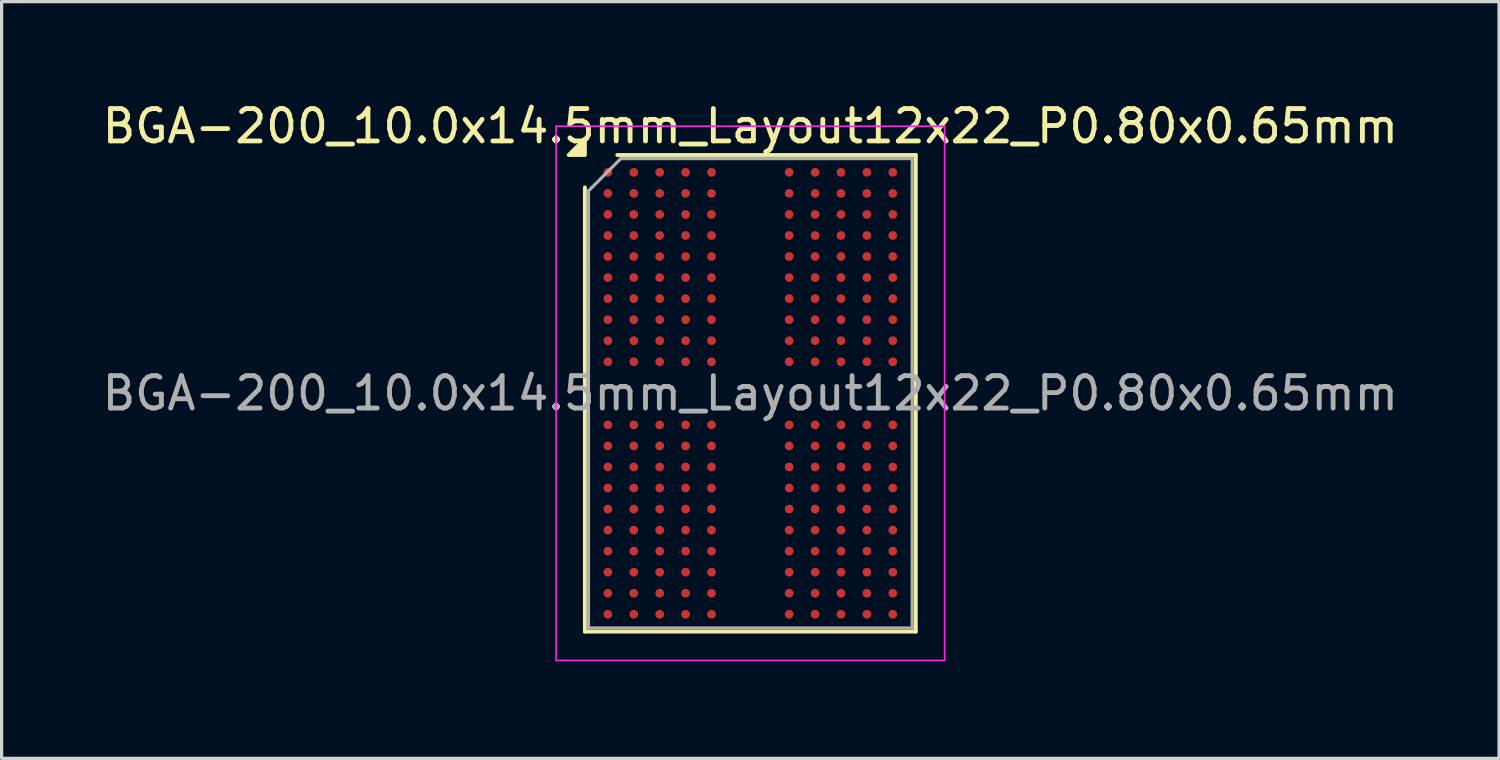
<source format=kicad_pcb>
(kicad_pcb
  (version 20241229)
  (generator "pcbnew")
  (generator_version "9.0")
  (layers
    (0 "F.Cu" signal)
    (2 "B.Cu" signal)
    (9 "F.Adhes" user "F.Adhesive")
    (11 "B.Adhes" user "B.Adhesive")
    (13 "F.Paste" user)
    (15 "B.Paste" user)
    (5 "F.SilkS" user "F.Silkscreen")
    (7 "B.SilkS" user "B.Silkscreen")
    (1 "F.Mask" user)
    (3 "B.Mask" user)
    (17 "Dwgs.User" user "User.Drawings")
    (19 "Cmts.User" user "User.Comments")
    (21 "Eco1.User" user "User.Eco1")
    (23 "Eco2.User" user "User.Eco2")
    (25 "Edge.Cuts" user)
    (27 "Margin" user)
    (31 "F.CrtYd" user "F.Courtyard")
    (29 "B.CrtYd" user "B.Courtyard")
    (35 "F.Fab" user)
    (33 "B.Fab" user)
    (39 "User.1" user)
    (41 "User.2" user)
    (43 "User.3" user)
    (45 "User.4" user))
  (footprint "BGA-200_10.0x14.5mm_Layout12x22_P0.80x0.65mm"
    (layer "F.Cu")
    (at 20.125 9.098)
    (property "Reference" "BGA-200_10.0x14.5mm_Layout12x22_P0.80x0.65mm" (at 0 -8.25 0) (layer "F.SilkS") (effects (font (size 1 1) (thickness 0.15))))
    (attr smd)
    (fp_line (start -5.11 7.36) (end -5.11 -6.36) (stroke (width 0.12) (type solid)) (layer "F.SilkS"))
    (fp_line (start -4.11 -7.36) (end 5.11 -7.36) (stroke (width 0.12) (type solid)) (layer "F.SilkS"))
    (fp_line (start 5.11 -7.36) (end 5.11 7.36) (stroke (width 0.12) (type solid)) (layer "F.SilkS"))
    (fp_line (start 5.11 7.36) (end -5.11 7.36) (stroke (width 0.12) (type solid)) (layer "F.SilkS"))
    (fp_poly (pts (xy -5.11 -7.36) (xy -5.61 -7.36) (xy -5.11 -7.86) (xy -5.11 -7.36)) (stroke (width 0.12) (type solid)) (fill yes) (layer "F.SilkS"))
    (fp_line (start -6 -8.25) (end -6 8.25) (stroke (width 0.05) (type solid)) (layer "F.CrtYd"))
    (fp_line (start -6 8.25) (end 6 8.25) (stroke (width 0.05) (type solid)) (layer "F.CrtYd"))
    (fp_line (start 6 -8.25) (end -6 -8.25) (stroke (width 0.05) (type solid)) (layer "F.CrtYd"))
    (fp_line (start 6 8.25) (end 6 -8.25) (stroke (width 0.05) (type solid)) (layer "F.CrtYd"))
    (fp_line (start -5 -6.25) (end -4 -7.25) (stroke (width 0.1) (type solid)) (layer "F.Fab"))
    (fp_line (start -5 7.25) (end -5 -6.25) (stroke (width 0.1) (type solid)) (layer "F.Fab"))
    (fp_line (start -4 -7.25) (end 5 -7.25) (stroke (width 0.1) (type solid)) (layer "F.Fab"))
    (fp_line (start 5 -7.25) (end 5 7.25) (stroke (width 0.1) (type solid)) (layer "F.Fab"))
    (fp_line (start 5 7.25) (end -5 7.25) (stroke (width 0.1) (type solid)) (layer "F.Fab"))
    (fp_text user "${REFERENCE}" (at 0 0 0) (layer "F.Fab") (effects (font (size 1 1) (thickness 0.15))))
    (pad "A1" smd circle (at -4.4 -6.825) (size 0.27 0.27) (property pad_prop_bga) (layers "F.Cu" "F.Mask" "F.Paste"))
    (pad "A2" smd circle (at -3.6 -6.825) (size 0.27 0.27) (property pad_prop_bga) (layers "F.Cu" "F.Mask" "F.Paste"))
    (pad "A3" smd circle (at -2.8 -6.825) (size 0.27 0.27) (property pad_prop_bga) (layers "F.Cu" "F.Mask" "F.Paste"))
    (pad "A4" smd circle (at -2 -6.825) (size 0.27 0.27) (property pad_prop_bga) (layers "F.Cu" "F.Mask" "F.Paste"))
    (pad "A5" smd circle (at -1.2 -6.825) (size 0.27 0.27) (property pad_prop_bga) (layers "F.Cu" "F.Mask" "F.Paste"))
    (pad "A8" smd circle (at 1.2 -6.825) (size 0.27 0.27) (property pad_prop_bga) (layers "F.Cu" "F.Mask" "F.Paste"))
    (pad "A9" smd circle (at 2 -6.825) (size 0.27 0.27) (property pad_prop_bga) (layers "F.Cu" "F.Mask" "F.Paste"))
    (pad "A10" smd circle (at 2.8 -6.825) (size 0.27 0.27) (property pad_prop_bga) (layers "F.Cu" "F.Mask" "F.Paste"))
    (pad "A11" smd circle (at 3.6 -6.825) (size 0.27 0.27) (property pad_prop_bga) (layers "F.Cu" "F.Mask" "F.Paste"))
    (pad "A12" smd circle (at 4.4 -6.825) (size 0.27 0.27) (property pad_prop_bga) (layers "F.Cu" "F.Mask" "F.Paste"))
    (pad "AA1" smd circle (at -4.4 6.175) (size 0.27 0.27) (property pad_prop_bga) (layers "F.Cu" "F.Mask" "F.Paste"))
    (pad "AA2" smd circle (at -3.6 6.175) (size 0.27 0.27) (property pad_prop_bga) (layers "F.Cu" "F.Mask" "F.Paste"))
    (pad "AA3" smd circle (at -2.8 6.175) (size 0.27 0.27) (property pad_prop_bga) (layers "F.Cu" "F.Mask" "F.Paste"))
    (pad "AA4" smd circle (at -2 6.175) (size 0.27 0.27) (property pad_prop_bga) (layers "F.Cu" "F.Mask" "F.Paste"))
    (pad "AA5" smd circle (at -1.2 6.175) (size 0.27 0.27) (property pad_prop_bga) (layers "F.Cu" "F.Mask" "F.Paste"))
    (pad "AA8" smd circle (at 1.2 6.175) (size 0.27 0.27) (property pad_prop_bga) (layers "F.Cu" "F.Mask" "F.Paste"))
    (pad "AA9" smd circle (at 2 6.175) (size 0.27 0.27) (property pad_prop_bga) (layers "F.Cu" "F.Mask" "F.Paste"))
    (pad "AA10" smd circle (at 2.8 6.175) (size 0.27 0.27) (property pad_prop_bga) (layers "F.Cu" "F.Mask" "F.Paste"))
    (pad "AA11" smd circle (at 3.6 6.175) (size 0.27 0.27) (property pad_prop_bga) (layers "F.Cu" "F.Mask" "F.Paste"))
    (pad "AA12" smd circle (at 4.4 6.175) (size 0.27 0.27) (property pad_prop_bga) (layers "F.Cu" "F.Mask" "F.Paste"))
    (pad "AB1" smd circle (at -4.4 6.825) (size 0.27 0.27) (property pad_prop_bga) (layers "F.Cu" "F.Mask" "F.Paste"))
    (pad "AB2" smd circle (at -3.6 6.825) (size 0.27 0.27) (property pad_prop_bga) (layers "F.Cu" "F.Mask" "F.Paste"))
    (pad "AB3" smd circle (at -2.8 6.825) (size 0.27 0.27) (property pad_prop_bga) (layers "F.Cu" "F.Mask" "F.Paste"))
    (pad "AB4" smd circle (at -2 6.825) (size 0.27 0.27) (property pad_prop_bga) (layers "F.Cu" "F.Mask" "F.Paste"))
    (pad "AB5" smd circle (at -1.2 6.825) (size 0.27 0.27) (property pad_prop_bga) (layers "F.Cu" "F.Mask" "F.Paste"))
    (pad "AB8" smd circle (at 1.2 6.825) (size 0.27 0.27) (property pad_prop_bga) (layers "F.Cu" "F.Mask" "F.Paste"))
    (pad "AB9" smd circle (at 2 6.825) (size 0.27 0.27) (property pad_prop_bga) (layers "F.Cu" "F.Mask" "F.Paste"))
    (pad "AB10" smd circle (at 2.8 6.825) (size 0.27 0.27) (property pad_prop_bga) (layers "F.Cu" "F.Mask" "F.Paste"))
    (pad "AB11" smd circle (at 3.6 6.825) (size 0.27 0.27) (property pad_prop_bga) (layers "F.Cu" "F.Mask" "F.Paste"))
    (pad "AB12" smd circle (at 4.4 6.825) (size 0.27 0.27) (property pad_prop_bga) (layers "F.Cu" "F.Mask" "F.Paste"))
    (pad "B1" smd circle (at -4.4 -6.175) (size 0.27 0.27) (property pad_prop_bga) (layers "F.Cu" "F.Mask" "F.Paste"))
    (pad "B2" smd circle (at -3.6 -6.175) (size 0.27 0.27) (property pad_prop_bga) (layers "F.Cu" "F.Mask" "F.Paste"))
    (pad "B3" smd circle (at -2.8 -6.175) (size 0.27 0.27) (property pad_prop_bga) (layers "F.Cu" "F.Mask" "F.Paste"))
    (pad "B4" smd circle (at -2 -6.175) (size 0.27 0.27) (property pad_prop_bga) (layers "F.Cu" "F.Mask" "F.Paste"))
    (pad "B5" smd circle (at -1.2 -6.175) (size 0.27 0.27) (property pad_prop_bga) (layers "F.Cu" "F.Mask" "F.Paste"))
    (pad "B8" smd circle (at 1.2 -6.175) (size 0.27 0.27) (property pad_prop_bga) (layers "F.Cu" "F.Mask" "F.Paste"))
    (pad "B9" smd circle (at 2 -6.175) (size 0.27 0.27) (property pad_prop_bga) (layers "F.Cu" "F.Mask" "F.Paste"))
    (pad "B10" smd circle (at 2.8 -6.175) (size 0.27 0.27) (property pad_prop_bga) (layers "F.Cu" "F.Mask" "F.Paste"))
    (pad "B11" smd circle (at 3.6 -6.175) (size 0.27 0.27) (property pad_prop_bga) (layers "F.Cu" "F.Mask" "F.Paste"))
    (pad "B12" smd circle (at 4.4 -6.175) (size 0.27 0.27) (property pad_prop_bga) (layers "F.Cu" "F.Mask" "F.Paste"))
    (pad "C1" smd circle (at -4.4 -5.525) (size 0.27 0.27) (property pad_prop_bga) (layers "F.Cu" "F.Mask" "F.Paste"))
    (pad "C2" smd circle (at -3.6 -5.525) (size 0.27 0.27) (property pad_prop_bga) (layers "F.Cu" "F.Mask" "F.Paste"))
    (pad "C3" smd circle (at -2.8 -5.525) (size 0.27 0.27) (property pad_prop_bga) (layers "F.Cu" "F.Mask" "F.Paste"))
    (pad "C4" smd circle (at -2 -5.525) (size 0.27 0.27) (property pad_prop_bga) (layers "F.Cu" "F.Mask" "F.Paste"))
    (pad "C5" smd circle (at -1.2 -5.525) (size 0.27 0.27) (property pad_prop_bga) (layers "F.Cu" "F.Mask" "F.Paste"))
    (pad "C8" smd circle (at 1.2 -5.525) (size 0.27 0.27) (property pad_prop_bga) (layers "F.Cu" "F.Mask" "F.Paste"))
    (pad "C9" smd circle (at 2 -5.525) (size 0.27 0.27) (property pad_prop_bga) (layers "F.Cu" "F.Mask" "F.Paste"))
    (pad "C10" smd circle (at 2.8 -5.525) (size 0.27 0.27) (property pad_prop_bga) (layers "F.Cu" "F.Mask" "F.Paste"))
    (pad "C11" smd circle (at 3.6 -5.525) (size 0.27 0.27) (property pad_prop_bga) (layers "F.Cu" "F.Mask" "F.Paste"))
    (pad "C12" smd circle (at 4.4 -5.525) (size 0.27 0.27) (property pad_prop_bga) (layers "F.Cu" "F.Mask" "F.Paste"))
    (pad "D1" smd circle (at -4.4 -4.875) (size 0.27 0.27) (property pad_prop_bga) (layers "F.Cu" "F.Mask" "F.Paste"))
    (pad "D2" smd circle (at -3.6 -4.875) (size 0.27 0.27) (property pad_prop_bga) (layers "F.Cu" "F.Mask" "F.Paste"))
    (pad "D3" smd circle (at -2.8 -4.875) (size 0.27 0.27) (property pad_prop_bga) (layers "F.Cu" "F.Mask" "F.Paste"))
    (pad "D4" smd circle (at -2 -4.875) (size 0.27 0.27) (property pad_prop_bga) (layers "F.Cu" "F.Mask" "F.Paste"))
    (pad "D5" smd circle (at -1.2 -4.875) (size 0.27 0.27) (property pad_prop_bga) (layers "F.Cu" "F.Mask" "F.Paste"))
    (pad "D8" smd circle (at 1.2 -4.875) (size 0.27 0.27) (property pad_prop_bga) (layers "F.Cu" "F.Mask" "F.Paste"))
    (pad "D9" smd circle (at 2 -4.875) (size 0.27 0.27) (property pad_prop_bga) (layers "F.Cu" "F.Mask" "F.Paste"))
    (pad "D10" smd circle (at 2.8 -4.875) (size 0.27 0.27) (property pad_prop_bga) (layers "F.Cu" "F.Mask" "F.Paste"))
    (pad "D11" smd circle (at 3.6 -4.875) (size 0.27 0.27) (property pad_prop_bga) (layers "F.Cu" "F.Mask" "F.Paste"))
    (pad "D12" smd circle (at 4.4 -4.875) (size 0.27 0.27) (property pad_prop_bga) (layers "F.Cu" "F.Mask" "F.Paste"))
    (pad "E1" smd circle (at -4.4 -4.225) (size 0.27 0.27) (property pad_prop_bga) (layers "F.Cu" "F.Mask" "F.Paste"))
    (pad "E2" smd circle (at -3.6 -4.225) (size 0.27 0.27) (property pad_prop_bga) (layers "F.Cu" "F.Mask" "F.Paste"))
    (pad "E3" smd circle (at -2.8 -4.225) (size 0.27 0.27) (property pad_prop_bga) (layers "F.Cu" "F.Mask" "F.Paste"))
    (pad "E4" smd circle (at -2 -4.225) (size 0.27 0.27) (property pad_prop_bga) (layers "F.Cu" "F.Mask" "F.Paste"))
    (pad "E5" smd circle (at -1.2 -4.225) (size 0.27 0.27) (property pad_prop_bga) (layers "F.Cu" "F.Mask" "F.Paste"))
    (pad "E8" smd circle (at 1.2 -4.225) (size 0.27 0.27) (property pad_prop_bga) (layers "F.Cu" "F.Mask" "F.Paste"))
    (pad "E9" smd circle (at 2 -4.225) (size 0.27 0.27) (property pad_prop_bga) (layers "F.Cu" "F.Mask" "F.Paste"))
    (pad "E10" smd circle (at 2.8 -4.225) (size 0.27 0.27) (property pad_prop_bga) (layers "F.Cu" "F.Mask" "F.Paste"))
    (pad "E11" smd circle (at 3.6 -4.225) (size 0.27 0.27) (property pad_prop_bga) (layers "F.Cu" "F.Mask" "F.Paste"))
    (pad "E12" smd circle (at 4.4 -4.225) (size 0.27 0.27) (property pad_prop_bga) (layers "F.Cu" "F.Mask" "F.Paste"))
    (pad "F1" smd circle (at -4.4 -3.575) (size 0.27 0.27) (property pad_prop_bga) (layers "F.Cu" "F.Mask" "F.Paste"))
    (pad "F2" smd circle (at -3.6 -3.575) (size 0.27 0.27) (property pad_prop_bga) (layers "F.Cu" "F.Mask" "F.Paste"))
    (pad "F3" smd circle (at -2.8 -3.575) (size 0.27 0.27) (property pad_prop_bga) (layers "F.Cu" "F.Mask" "F.Paste"))
    (pad "F4" smd circle (at -2 -3.575) (size 0.27 0.27) (property pad_prop_bga) (layers "F.Cu" "F.Mask" "F.Paste"))
    (pad "F5" smd circle (at -1.2 -3.575) (size 0.27 0.27) (property pad_prop_bga) (layers "F.Cu" "F.Mask" "F.Paste"))
    (pad "F8" smd circle (at 1.2 -3.575) (size 0.27 0.27) (property pad_prop_bga) (layers "F.Cu" "F.Mask" "F.Paste"))
    (pad "F9" smd circle (at 2 -3.575) (size 0.27 0.27) (property pad_prop_bga) (layers "F.Cu" "F.Mask" "F.Paste"))
    (pad "F10" smd circle (at 2.8 -3.575) (size 0.27 0.27) (property pad_prop_bga) (layers "F.Cu" "F.Mask" "F.Paste"))
    (pad "F11" smd circle (at 3.6 -3.575) (size 0.27 0.27) (property pad_prop_bga) (layers "F.Cu" "F.Mask" "F.Paste"))
    (pad "F12" smd circle (at 4.4 -3.575) (size 0.27 0.27) (property pad_prop_bga) (layers "F.Cu" "F.Mask" "F.Paste"))
    (pad "G1" smd circle (at -4.4 -2.925) (size 0.27 0.27) (property pad_prop_bga) (layers "F.Cu" "F.Mask" "F.Paste"))
    (pad "G2" smd circle (at -3.6 -2.925) (size 0.27 0.27) (property pad_prop_bga) (layers "F.Cu" "F.Mask" "F.Paste"))
    (pad "G3" smd circle (at -2.8 -2.925) (size 0.27 0.27) (property pad_prop_bga) (layers "F.Cu" "F.Mask" "F.Paste"))
    (pad "G4" smd circle (at -2 -2.925) (size 0.27 0.27) (property pad_prop_bga) (layers "F.Cu" "F.Mask" "F.Paste"))
    (pad "G5" smd circle (at -1.2 -2.925) (size 0.27 0.27) (property pad_prop_bga) (layers "F.Cu" "F.Mask" "F.Paste"))
    (pad "G8" smd circle (at 1.2 -2.925) (size 0.27 0.27) (property pad_prop_bga) (layers "F.Cu" "F.Mask" "F.Paste"))
    (pad "G9" smd circle (at 2 -2.925) (size 0.27 0.27) (property pad_prop_bga) (layers "F.Cu" "F.Mask" "F.Paste"))
    (pad "G10" smd circle (at 2.8 -2.925) (size 0.27 0.27) (property pad_prop_bga) (layers "F.Cu" "F.Mask" "F.Paste"))
    (pad "G11" smd circle (at 3.6 -2.925) (size 0.27 0.27) (property pad_prop_bga) (layers "F.Cu" "F.Mask" "F.Paste"))
    (pad "G12" smd circle (at 4.4 -2.925) (size 0.27 0.27) (property pad_prop_bga) (layers "F.Cu" "F.Mask" "F.Paste"))
    (pad "H1" smd circle (at -4.4 -2.275) (size 0.27 0.27) (property pad_prop_bga) (layers "F.Cu" "F.Mask" "F.Paste"))
    (pad "H2" smd circle (at -3.6 -2.275) (size 0.27 0.27) (property pad_prop_bga) (layers "F.Cu" "F.Mask" "F.Paste"))
    (pad "H3" smd circle (at -2.8 -2.275) (size 0.27 0.27) (property pad_prop_bga) (layers "F.Cu" "F.Mask" "F.Paste"))
    (pad "H4" smd circle (at -2 -2.275) (size 0.27 0.27) (property pad_prop_bga) (layers "F.Cu" "F.Mask" "F.Paste"))
    (pad "H5" smd circle (at -1.2 -2.275) (size 0.27 0.27) (property pad_prop_bga) (layers "F.Cu" "F.Mask" "F.Paste"))
    (pad "H8" smd circle (at 1.2 -2.275) (size 0.27 0.27) (property pad_prop_bga) (layers "F.Cu" "F.Mask" "F.Paste"))
    (pad "H9" smd circle (at 2 -2.275) (size 0.27 0.27) (property pad_prop_bga) (layers "F.Cu" "F.Mask" "F.Paste"))
    (pad "H10" smd circle (at 2.8 -2.275) (size 0.27 0.27) (property pad_prop_bga) (layers "F.Cu" "F.Mask" "F.Paste"))
    (pad "H11" smd circle (at 3.6 -2.275) (size 0.27 0.27) (property pad_prop_bga) (layers "F.Cu" "F.Mask" "F.Paste"))
    (pad "H12" smd circle (at 4.4 -2.275) (size 0.27 0.27) (property pad_prop_bga) (layers "F.Cu" "F.Mask" "F.Paste"))
    (pad "J1" smd circle (at -4.4 -1.625) (size 0.27 0.27) (property pad_prop_bga) (layers "F.Cu" "F.Mask" "F.Paste"))
    (pad "J2" smd circle (at -3.6 -1.625) (size 0.27 0.27) (property pad_prop_bga) (layers "F.Cu" "F.Mask" "F.Paste"))
    (pad "J3" smd circle (at -2.8 -1.625) (size 0.27 0.27) (property pad_prop_bga) (layers "F.Cu" "F.Mask" "F.Paste"))
    (pad "J4" smd circle (at -2 -1.625) (size 0.27 0.27) (property pad_prop_bga) (layers "F.Cu" "F.Mask" "F.Paste"))
    (pad "J5" smd circle (at -1.2 -1.625) (size 0.27 0.27) (property pad_prop_bga) (layers "F.Cu" "F.Mask" "F.Paste"))
    (pad "J8" smd circle (at 1.2 -1.625) (size 0.27 0.27) (property pad_prop_bga) (layers "F.Cu" "F.Mask" "F.Paste"))
    (pad "J9" smd circle (at 2 -1.625) (size 0.27 0.27) (property pad_prop_bga) (layers "F.Cu" "F.Mask" "F.Paste"))
    (pad "J10" smd circle (at 2.8 -1.625) (size 0.27 0.27) (property pad_prop_bga) (layers "F.Cu" "F.Mask" "F.Paste"))
    (pad "J11" smd circle (at 3.6 -1.625) (size 0.27 0.27) (property pad_prop_bga) (layers "F.Cu" "F.Mask" "F.Paste"))
    (pad "J12" smd circle (at 4.4 -1.625) (size 0.27 0.27) (property pad_prop_bga) (layers "F.Cu" "F.Mask" "F.Paste"))
    (pad "K1" smd circle (at -4.4 -0.975) (size 0.27 0.27) (property pad_prop_bga) (layers "F.Cu" "F.Mask" "F.Paste"))
    (pad "K2" smd circle (at -3.6 -0.975) (size 0.27 0.27) (property pad_prop_bga) (layers "F.Cu" "F.Mask" "F.Paste"))
    (pad "K3" smd circle (at -2.8 -0.975) (size 0.27 0.27) (property pad_prop_bga) (layers "F.Cu" "F.Mask" "F.Paste"))
    (pad "K4" smd circle (at -2 -0.975) (size 0.27 0.27) (property pad_prop_bga) (layers "F.Cu" "F.Mask" "F.Paste"))
    (pad "K5" smd circle (at -1.2 -0.975) (size 0.27 0.27) (property pad_prop_bga) (layers "F.Cu" "F.Mask" "F.Paste"))
    (pad "K8" smd circle (at 1.2 -0.975) (size 0.27 0.27) (property pad_prop_bga) (layers "F.Cu" "F.Mask" "F.Paste"))
    (pad "K9" smd circle (at 2 -0.975) (size 0.27 0.27) (property pad_prop_bga) (layers "F.Cu" "F.Mask" "F.Paste"))
    (pad "K10" smd circle (at 2.8 -0.975) (size 0.27 0.27) (property pad_prop_bga) (layers "F.Cu" "F.Mask" "F.Paste"))
    (pad "K11" smd circle (at 3.6 -0.975) (size 0.27 0.27) (property pad_prop_bga) (layers "F.Cu" "F.Mask" "F.Paste"))
    (pad "K12" smd circle (at 4.4 -0.975) (size 0.27 0.27) (property pad_prop_bga) (layers "F.Cu" "F.Mask" "F.Paste"))
    (pad "N1" smd circle (at -4.4 0.975) (size 0.27 0.27) (property pad_prop_bga) (layers "F.Cu" "F.Mask" "F.Paste"))
    (pad "N2" smd circle (at -3.6 0.975) (size 0.27 0.27) (property pad_prop_bga) (layers "F.Cu" "F.Mask" "F.Paste"))
    (pad "N3" smd circle (at -2.8 0.975) (size 0.27 0.27) (property pad_prop_bga) (layers "F.Cu" "F.Mask" "F.Paste"))
    (pad "N4" smd circle (at -2 0.975) (size 0.27 0.27) (property pad_prop_bga) (layers "F.Cu" "F.Mask" "F.Paste"))
    (pad "N5" smd circle (at -1.2 0.975) (size 0.27 0.27) (property pad_prop_bga) (layers "F.Cu" "F.Mask" "F.Paste"))
    (pad "N8" smd circle (at 1.2 0.975) (size 0.27 0.27) (property pad_prop_bga) (layers "F.Cu" "F.Mask" "F.Paste"))
    (pad "N9" smd circle (at 2 0.975) (size 0.27 0.27) (property pad_prop_bga) (layers "F.Cu" "F.Mask" "F.Paste"))
    (pad "N10" smd circle (at 2.8 0.975) (size 0.27 0.27) (property pad_prop_bga) (layers "F.Cu" "F.Mask" "F.Paste"))
    (pad "N11" smd circle (at 3.6 0.975) (size 0.27 0.27) (property pad_prop_bga) (layers "F.Cu" "F.Mask" "F.Paste"))
    (pad "N12" smd circle (at 4.4 0.975) (size 0.27 0.27) (property pad_prop_bga) (layers "F.Cu" "F.Mask" "F.Paste"))
    (pad "P1" smd circle (at -4.4 1.625) (size 0.27 0.27) (property pad_prop_bga) (layers "F.Cu" "F.Mask" "F.Paste"))
    (pad "P2" smd circle (at -3.6 1.625) (size 0.27 0.27) (property pad_prop_bga) (layers "F.Cu" "F.Mask" "F.Paste"))
    (pad "P3" smd circle (at -2.8 1.625) (size 0.27 0.27) (property pad_prop_bga) (layers "F.Cu" "F.Mask" "F.Paste"))
    (pad "P4" smd circle (at -2 1.625) (size 0.27 0.27) (property pad_prop_bga) (layers "F.Cu" "F.Mask" "F.Paste"))
    (pad "P5" smd circle (at -1.2 1.625) (size 0.27 0.27) (property pad_prop_bga) (layers "F.Cu" "F.Mask" "F.Paste"))
    (pad "P8" smd circle (at 1.2 1.625) (size 0.27 0.27) (property pad_prop_bga) (layers "F.Cu" "F.Mask" "F.Paste"))
    (pad "P9" smd circle (at 2 1.625) (size 0.27 0.27) (property pad_prop_bga) (layers "F.Cu" "F.Mask" "F.Paste"))
    (pad "P10" smd circle (at 2.8 1.625) (size 0.27 0.27) (property pad_prop_bga) (layers "F.Cu" "F.Mask" "F.Paste"))
    (pad "P11" smd circle (at 3.6 1.625) (size 0.27 0.27) (property pad_prop_bga) (layers "F.Cu" "F.Mask" "F.Paste"))
    (pad "P12" smd circle (at 4.4 1.625) (size 0.27 0.27) (property pad_prop_bga) (layers "F.Cu" "F.Mask" "F.Paste"))
    (pad "R1" smd circle (at -4.4 2.275) (size 0.27 0.27) (property pad_prop_bga) (layers "F.Cu" "F.Mask" "F.Paste"))
    (pad "R2" smd circle (at -3.6 2.275) (size 0.27 0.27) (property pad_prop_bga) (layers "F.Cu" "F.Mask" "F.Paste"))
    (pad "R3" smd circle (at -2.8 2.275) (size 0.27 0.27) (property pad_prop_bga) (layers "F.Cu" "F.Mask" "F.Paste"))
    (pad "R4" smd circle (at -2 2.275) (size 0.27 0.27) (property pad_prop_bga) (layers "F.Cu" "F.Mask" "F.Paste"))
    (pad "R5" smd circle (at -1.2 2.275) (size 0.27 0.27) (property pad_prop_bga) (layers "F.Cu" "F.Mask" "F.Paste"))
    (pad "R8" smd circle (at 1.2 2.275) (size 0.27 0.27) (property pad_prop_bga) (layers "F.Cu" "F.Mask" "F.Paste"))
    (pad "R9" smd circle (at 2 2.275) (size 0.27 0.27) (property pad_prop_bga) (layers "F.Cu" "F.Mask" "F.Paste"))
    (pad "R10" smd circle (at 2.8 2.275) (size 0.27 0.27) (property pad_prop_bga) (layers "F.Cu" "F.Mask" "F.Paste"))
    (pad "R11" smd circle (at 3.6 2.275) (size 0.27 0.27) (property pad_prop_bga) (layers "F.Cu" "F.Mask" "F.Paste"))
    (pad "R12" smd circle (at 4.4 2.275) (size 0.27 0.27) (property pad_prop_bga) (layers "F.Cu" "F.Mask" "F.Paste"))
    (pad "T1" smd circle (at -4.4 2.925) (size 0.27 0.27) (property pad_prop_bga) (layers "F.Cu" "F.Mask" "F.Paste"))
    (pad "T2" smd circle (at -3.6 2.925) (size 0.27 0.27) (property pad_prop_bga) (layers "F.Cu" "F.Mask" "F.Paste"))
    (pad "T3" smd circle (at -2.8 2.925) (size 0.27 0.27) (property pad_prop_bga) (layers "F.Cu" "F.Mask" "F.Paste"))
    (pad "T4" smd circle (at -2 2.925) (size 0.27 0.27) (property pad_prop_bga) (layers "F.Cu" "F.Mask" "F.Paste"))
    (pad "T5" smd circle (at -1.2 2.925) (size 0.27 0.27) (property pad_prop_bga) (layers "F.Cu" "F.Mask" "F.Paste"))
    (pad "T8" smd circle (at 1.2 2.925) (size 0.27 0.27) (property pad_prop_bga) (layers "F.Cu" "F.Mask" "F.Paste"))
    (pad "T9" smd circle (at 2 2.925) (size 0.27 0.27) (property pad_prop_bga) (layers "F.Cu" "F.Mask" "F.Paste"))
    (pad "T10" smd circle (at 2.8 2.925) (size 0.27 0.27) (property pad_prop_bga) (layers "F.Cu" "F.Mask" "F.Paste"))
    (pad "T11" smd circle (at 3.6 2.925) (size 0.27 0.27) (property pad_prop_bga) (layers "F.Cu" "F.Mask" "F.Paste"))
    (pad "T12" smd circle (at 4.4 2.925) (size 0.27 0.27) (property pad_prop_bga) (layers "F.Cu" "F.Mask" "F.Paste"))
    (pad "U1" smd circle (at -4.4 3.575) (size 0.27 0.27) (property pad_prop_bga) (layers "F.Cu" "F.Mask" "F.Paste"))
    (pad "U2" smd circle (at -3.6 3.575) (size 0.27 0.27) (property pad_prop_bga) (layers "F.Cu" "F.Mask" "F.Paste"))
    (pad "U3" smd circle (at -2.8 3.575) (size 0.27 0.27) (property pad_prop_bga) (layers "F.Cu" "F.Mask" "F.Paste"))
    (pad "U4" smd circle (at -2 3.575) (size 0.27 0.27) (property pad_prop_bga) (layers "F.Cu" "F.Mask" "F.Paste"))
    (pad "U5" smd circle (at -1.2 3.575) (size 0.27 0.27) (property pad_prop_bga) (layers "F.Cu" "F.Mask" "F.Paste"))
    (pad "U8" smd circle (at 1.2 3.575) (size 0.27 0.27) (property pad_prop_bga) (layers "F.Cu" "F.Mask" "F.Paste"))
    (pad "U9" smd circle (at 2 3.575) (size 0.27 0.27) (property pad_prop_bga) (layers "F.Cu" "F.Mask" "F.Paste"))
    (pad "U10" smd circle (at 2.8 3.575) (size 0.27 0.27) (property pad_prop_bga) (layers "F.Cu" "F.Mask" "F.Paste"))
    (pad "U11" smd circle (at 3.6 3.575) (size 0.27 0.27) (property pad_prop_bga) (layers "F.Cu" "F.Mask" "F.Paste"))
    (pad "U12" smd circle (at 4.4 3.575) (size 0.27 0.27) (property pad_prop_bga) (layers "F.Cu" "F.Mask" "F.Paste"))
    (pad "V1" smd circle (at -4.4 4.225) (size 0.27 0.27) (property pad_prop_bga) (layers "F.Cu" "F.Mask" "F.Paste"))
    (pad "V2" smd circle (at -3.6 4.225) (size 0.27 0.27) (property pad_prop_bga) (layers "F.Cu" "F.Mask" "F.Paste"))
    (pad "V3" smd circle (at -2.8 4.225) (size 0.27 0.27) (property pad_prop_bga) (layers "F.Cu" "F.Mask" "F.Paste"))
    (pad "V4" smd circle (at -2 4.225) (size 0.27 0.27) (property pad_prop_bga) (layers "F.Cu" "F.Mask" "F.Paste"))
    (pad "V5" smd circle (at -1.2 4.225) (size 0.27 0.27) (property pad_prop_bga) (layers "F.Cu" "F.Mask" "F.Paste"))
    (pad "V8" smd circle (at 1.2 4.225) (size 0.27 0.27) (property pad_prop_bga) (layers "F.Cu" "F.Mask" "F.Paste"))
    (pad "V9" smd circle (at 2 4.225) (size 0.27 0.27) (property pad_prop_bga) (layers "F.Cu" "F.Mask" "F.Paste"))
    (pad "V10" smd circle (at 2.8 4.225) (size 0.27 0.27) (property pad_prop_bga) (layers "F.Cu" "F.Mask" "F.Paste"))
    (pad "V11" smd circle (at 3.6 4.225) (size 0.27 0.27) (property pad_prop_bga) (layers "F.Cu" "F.Mask" "F.Paste"))
    (pad "V12" smd circle (at 4.4 4.225) (size 0.27 0.27) (property pad_prop_bga) (layers "F.Cu" "F.Mask" "F.Paste"))
    (pad "W1" smd circle (at -4.4 4.875) (size 0.27 0.27) (property pad_prop_bga) (layers "F.Cu" "F.Mask" "F.Paste"))
    (pad "W2" smd circle (at -3.6 4.875) (size 0.27 0.27) (property pad_prop_bga) (layers "F.Cu" "F.Mask" "F.Paste"))
    (pad "W3" smd circle (at -2.8 4.875) (size 0.27 0.27) (property pad_prop_bga) (layers "F.Cu" "F.Mask" "F.Paste"))
    (pad "W4" smd circle (at -2 4.875) (size 0.27 0.27) (property pad_prop_bga) (layers "F.Cu" "F.Mask" "F.Paste"))
    (pad "W5" smd circle (at -1.2 4.875) (size 0.27 0.27) (property pad_prop_bga) (layers "F.Cu" "F.Mask" "F.Paste"))
    (pad "W8" smd circle (at 1.2 4.875) (size 0.27 0.27) (property pad_prop_bga) (layers "F.Cu" "F.Mask" "F.Paste"))
    (pad "W9" smd circle (at 2 4.875) (size 0.27 0.27) (property pad_prop_bga) (layers "F.Cu" "F.Mask" "F.Paste"))
    (pad "W10" smd circle (at 2.8 4.875) (size 0.27 0.27) (property pad_prop_bga) (layers "F.Cu" "F.Mask" "F.Paste"))
    (pad "W11" smd circle (at 3.6 4.875) (size 0.27 0.27) (property pad_prop_bga) (layers "F.Cu" "F.Mask" "F.Paste"))
    (pad "W12" smd circle (at 4.4 4.875) (size 0.27 0.27) (property pad_prop_bga) (layers "F.Cu" "F.Mask" "F.Paste"))
    (pad "Y1" smd circle (at -4.4 5.525) (size 0.27 0.27) (property pad_prop_bga) (layers "F.Cu" "F.Mask" "F.Paste"))
    (pad "Y2" smd circle (at -3.6 5.525) (size 0.27 0.27) (property pad_prop_bga) (layers "F.Cu" "F.Mask" "F.Paste"))
    (pad "Y3" smd circle (at -2.8 5.525) (size 0.27 0.27) (property pad_prop_bga) (layers "F.Cu" "F.Mask" "F.Paste"))
    (pad "Y4" smd circle (at -2 5.525) (size 0.27 0.27) (property pad_prop_bga) (layers "F.Cu" "F.Mask" "F.Paste"))
    (pad "Y5" smd circle (at -1.2 5.525) (size 0.27 0.27) (property pad_prop_bga) (layers "F.Cu" "F.Mask" "F.Paste"))
    (pad "Y8" smd circle (at 1.2 5.525) (size 0.27 0.27) (property pad_prop_bga) (layers "F.Cu" "F.Mask" "F.Paste"))
    (pad "Y9" smd circle (at 2 5.525) (size 0.27 0.27) (property pad_prop_bga) (layers "F.Cu" "F.Mask" "F.Paste"))
    (pad "Y10" smd circle (at 2.8 5.525) (size 0.27 0.27) (property pad_prop_bga) (layers "F.Cu" "F.Mask" "F.Paste"))
    (pad "Y11" smd circle (at 3.6 5.525) (size 0.27 0.27) (property pad_prop_bga) (layers "F.Cu" "F.Mask" "F.Paste"))
    (pad "Y12" smd circle (at 4.4 5.525) (size 0.27 0.27) (property pad_prop_bga) (layers "F.Cu" "F.Mask" "F.Paste")))
  (gr_rect
    (start -3 -3)
    (end 43.25 20.373)
    (stroke (width 0.1) (type default))
    (fill no)
    (layer "Edge.Cuts")))
</source>
